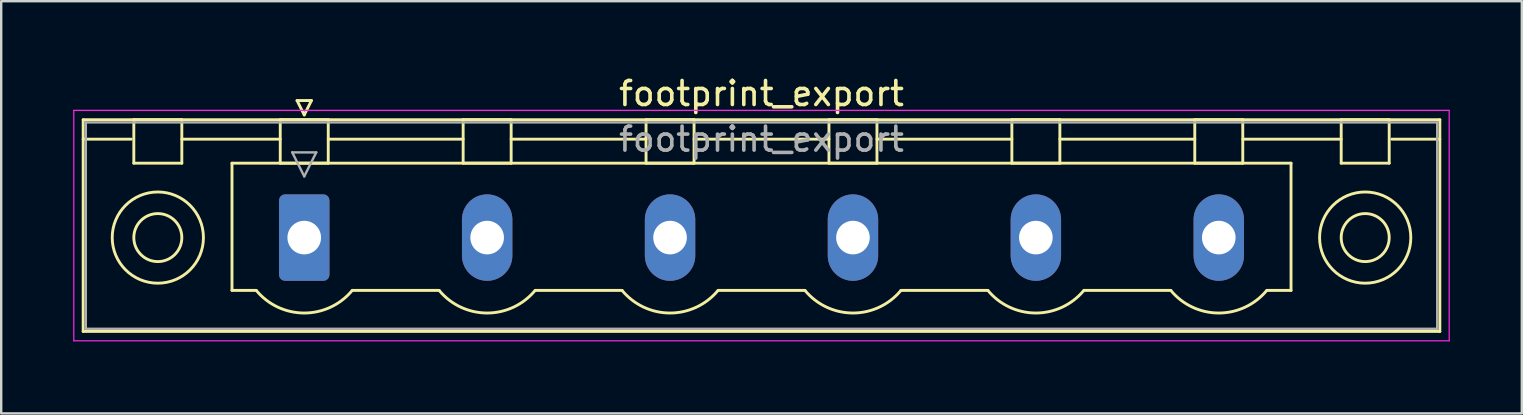
<source format=kicad_pcb>
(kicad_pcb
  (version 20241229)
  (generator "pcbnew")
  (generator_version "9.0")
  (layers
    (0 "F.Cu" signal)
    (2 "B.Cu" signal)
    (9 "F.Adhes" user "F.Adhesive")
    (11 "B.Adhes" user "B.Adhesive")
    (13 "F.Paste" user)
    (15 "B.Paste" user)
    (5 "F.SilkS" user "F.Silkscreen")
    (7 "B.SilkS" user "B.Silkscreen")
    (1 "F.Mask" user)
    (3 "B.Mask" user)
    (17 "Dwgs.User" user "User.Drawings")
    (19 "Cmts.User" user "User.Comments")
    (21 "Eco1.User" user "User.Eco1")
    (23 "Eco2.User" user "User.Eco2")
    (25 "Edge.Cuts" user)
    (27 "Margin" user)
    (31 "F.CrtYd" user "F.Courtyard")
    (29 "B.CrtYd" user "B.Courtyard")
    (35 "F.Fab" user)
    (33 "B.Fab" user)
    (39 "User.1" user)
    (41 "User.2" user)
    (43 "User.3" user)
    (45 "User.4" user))
  (footprint "footprint_export"
    (layer "F.Cu")
    (at 9.625 6.848)
    (property "Reference" "footprint_export" (at 19.05 -6 0) (layer "F.SilkS") (effects (font (size 1 1) (thickness 0.15))))
    (attr through_hole)
    (fp_line (start -9.21 -4.91) (end -9.21 3.91) (stroke (width 0.12) (type solid)) (layer "F.SilkS"))
    (fp_line (start -9.21 -4.1) (end -7.21 -4.1) (stroke (width 0.12) (type solid)) (layer "F.SilkS"))
    (fp_line (start -9.21 3.91) (end 47.31 3.91) (stroke (width 0.12) (type solid)) (layer "F.SilkS"))
    (fp_line (start -7.1 -4.91) (end -5.1 -4.91) (stroke (width 0.12) (type solid)) (layer "F.SilkS"))
    (fp_line (start -7.1 -3.1) (end -7.1 -4.91) (stroke (width 0.12) (type solid)) (layer "F.SilkS"))
    (fp_line (start -5.1 -4.91) (end -5.1 -3.1) (stroke (width 0.12) (type solid)) (layer "F.SilkS"))
    (fp_line (start -5.1 -4.1) (end -1 -4.1) (stroke (width 0.12) (type solid)) (layer "F.SilkS"))
    (fp_line (start -5.1 -3.1) (end -7.1 -3.1) (stroke (width 0.12) (type solid)) (layer "F.SilkS"))
    (fp_line (start -3.01 -3.1) (end 41.11 -3.1) (stroke (width 0.12) (type solid)) (layer "F.SilkS"))
    (fp_line (start -3.01 2.2) (end -3.01 -3.1) (stroke (width 0.12) (type solid)) (layer "F.SilkS"))
    (fp_line (start -2 2.2) (end -3.01 2.2) (stroke (width 0.12) (type solid)) (layer "F.SilkS"))
    (fp_line (start -1 -4.91) (end 1 -4.91) (stroke (width 0.12) (type solid)) (layer "F.SilkS"))
    (fp_line (start -1 -3.1) (end -1 -4.91) (stroke (width 0.12) (type solid)) (layer "F.SilkS"))
    (fp_line (start -0.3 -5.71) (end 0.3 -5.71) (stroke (width 0.12) (type solid)) (layer "F.SilkS"))
    (fp_line (start 0 -5.11) (end -0.3 -5.71) (stroke (width 0.12) (type solid)) (layer "F.SilkS"))
    (fp_line (start 0.3 -5.71) (end 0 -5.11) (stroke (width 0.12) (type solid)) (layer "F.SilkS"))
    (fp_line (start 1 -4.91) (end 1 -3.1) (stroke (width 0.12) (type solid)) (layer "F.SilkS"))
    (fp_line (start 1 -4.1) (end 6.62 -4.1) (stroke (width 0.12) (type solid)) (layer "F.SilkS"))
    (fp_line (start 1 -3.1) (end -1 -3.1) (stroke (width 0.12) (type solid)) (layer "F.SilkS"))
    (fp_line (start 2 2.2) (end 5.62 2.2) (stroke (width 0.12) (type solid)) (layer "F.SilkS"))
    (fp_line (start 6.62 -4.91) (end 8.62 -4.91) (stroke (width 0.12) (type solid)) (layer "F.SilkS"))
    (fp_line (start 6.62 -3.1) (end 6.62 -4.91) (stroke (width 0.12) (type solid)) (layer "F.SilkS"))
    (fp_line (start 8.62 -4.91) (end 8.62 -3.1) (stroke (width 0.12) (type solid)) (layer "F.SilkS"))
    (fp_line (start 8.62 -4.1) (end 14.24 -4.1) (stroke (width 0.12) (type solid)) (layer "F.SilkS"))
    (fp_line (start 8.62 -3.1) (end 6.62 -3.1) (stroke (width 0.12) (type solid)) (layer "F.SilkS"))
    (fp_line (start 9.62 2.2) (end 13.24 2.2) (stroke (width 0.12) (type solid)) (layer "F.SilkS"))
    (fp_line (start 14.24 -4.91) (end 16.24 -4.91) (stroke (width 0.12) (type solid)) (layer "F.SilkS"))
    (fp_line (start 14.24 -3.1) (end 14.24 -4.91) (stroke (width 0.12) (type solid)) (layer "F.SilkS"))
    (fp_line (start 16.24 -4.91) (end 16.24 -3.1) (stroke (width 0.12) (type solid)) (layer "F.SilkS"))
    (fp_line (start 16.24 -4.1) (end 21.86 -4.1) (stroke (width 0.12) (type solid)) (layer "F.SilkS"))
    (fp_line (start 16.24 -3.1) (end 14.24 -3.1) (stroke (width 0.12) (type solid)) (layer "F.SilkS"))
    (fp_line (start 17.24 2.2) (end 20.86 2.2) (stroke (width 0.12) (type solid)) (layer "F.SilkS"))
    (fp_line (start 21.86 -4.91) (end 23.86 -4.91) (stroke (width 0.12) (type solid)) (layer "F.SilkS"))
    (fp_line (start 21.86 -3.1) (end 21.86 -4.91) (stroke (width 0.12) (type solid)) (layer "F.SilkS"))
    (fp_line (start 23.86 -4.91) (end 23.86 -3.1) (stroke (width 0.12) (type solid)) (layer "F.SilkS"))
    (fp_line (start 23.86 -4.1) (end 29.48 -4.1) (stroke (width 0.12) (type solid)) (layer "F.SilkS"))
    (fp_line (start 23.86 -3.1) (end 21.86 -3.1) (stroke (width 0.12) (type solid)) (layer "F.SilkS"))
    (fp_line (start 24.86 2.2) (end 28.48 2.2) (stroke (width 0.12) (type solid)) (layer "F.SilkS"))
    (fp_line (start 29.48 -4.91) (end 31.48 -4.91) (stroke (width 0.12) (type solid)) (layer "F.SilkS"))
    (fp_line (start 29.48 -3.1) (end 29.48 -4.91) (stroke (width 0.12) (type solid)) (layer "F.SilkS"))
    (fp_line (start 31.48 -4.91) (end 31.48 -3.1) (stroke (width 0.12) (type solid)) (layer "F.SilkS"))
    (fp_line (start 31.48 -4.1) (end 37.1 -4.1) (stroke (width 0.12) (type solid)) (layer "F.SilkS"))
    (fp_line (start 31.48 -3.1) (end 29.48 -3.1) (stroke (width 0.12) (type solid)) (layer "F.SilkS"))
    (fp_line (start 32.48 2.2) (end 36.1 2.2) (stroke (width 0.12) (type solid)) (layer "F.SilkS"))
    (fp_line (start 37.1 -4.91) (end 39.1 -4.91) (stroke (width 0.12) (type solid)) (layer "F.SilkS"))
    (fp_line (start 37.1 -3.1) (end 37.1 -4.91) (stroke (width 0.12) (type solid)) (layer "F.SilkS"))
    (fp_line (start 39.1 -4.91) (end 39.1 -3.1) (stroke (width 0.12) (type solid)) (layer "F.SilkS"))
    (fp_line (start 39.1 -4.1) (end 43.2 -4.1) (stroke (width 0.12) (type solid)) (layer "F.SilkS"))
    (fp_line (start 39.1 -3.1) (end 37.1 -3.1) (stroke (width 0.12) (type solid)) (layer "F.SilkS"))
    (fp_line (start 41.11 -3.1) (end 41.11 2.2) (stroke (width 0.12) (type solid)) (layer "F.SilkS"))
    (fp_line (start 41.11 2.2) (end 40.1 2.2) (stroke (width 0.12) (type solid)) (layer "F.SilkS"))
    (fp_line (start 43.2 -4.91) (end 45.2 -4.91) (stroke (width 0.12) (type solid)) (layer "F.SilkS"))
    (fp_line (start 43.2 -3.1) (end 43.2 -4.91) (stroke (width 0.12) (type solid)) (layer "F.SilkS"))
    (fp_line (start 45.2 -4.91) (end 45.2 -3.1) (stroke (width 0.12) (type solid)) (layer "F.SilkS"))
    (fp_line (start 45.2 -3.1) (end 43.2 -3.1) (stroke (width 0.12) (type solid)) (layer "F.SilkS"))
    (fp_line (start 47.31 -4.91) (end -9.21 -4.91) (stroke (width 0.12) (type solid)) (layer "F.SilkS"))
    (fp_line (start 47.31 -4.1) (end 45.31 -4.1) (stroke (width 0.12) (type solid)) (layer "F.SilkS"))
    (fp_line (start 47.31 3.91) (end 47.31 -4.91) (stroke (width 0.12) (type solid)) (layer "F.SilkS"))
    (fp_arc (start 1.986842 2.215821) (mid -0.010289 3.142758) (end -2 2.2) (stroke (width 0.12) (type solid)) (layer "F.SilkS"))
    (fp_arc (start 9.606842 2.215821) (mid 7.609711 3.142758) (end 5.62 2.2) (stroke (width 0.12) (type solid)) (layer "F.SilkS"))
    (fp_arc (start 17.226842 2.215821) (mid 15.229711 3.142758) (end 13.24 2.2) (stroke (width 0.12) (type solid)) (layer "F.SilkS"))
    (fp_arc (start 24.846842 2.215821) (mid 22.849711 3.142758) (end 20.86 2.2) (stroke (width 0.12) (type solid)) (layer "F.SilkS"))
    (fp_arc (start 32.466842 2.215821) (mid 30.469711 3.142758) (end 28.48 2.2) (stroke (width 0.12) (type solid)) (layer "F.SilkS"))
    (fp_arc (start 40.086842 2.215821) (mid 38.089711 3.142758) (end 36.1 2.2) (stroke (width 0.12) (type solid)) (layer "F.SilkS"))
    (fp_circle (center -6.1 0) (end -5.1 0) (stroke (width 0.12) (type solid)) (fill no) (layer "F.SilkS"))
    (fp_circle (center -6.1 0) (end -4.2 0) (stroke (width 0.12) (type solid)) (fill no) (layer "F.SilkS"))
    (fp_circle (center 44.2 0) (end 45.2 0) (stroke (width 0.12) (type solid)) (fill no) (layer "F.SilkS"))
    (fp_circle (center 44.2 0) (end 46.1 0) (stroke (width 0.12) (type solid)) (fill no) (layer "F.SilkS"))
    (fp_line (start -9.6 -5.3) (end -9.6 4.3) (stroke (width 0.05) (type solid)) (layer "F.CrtYd"))
    (fp_line (start -9.6 4.3) (end 47.7 4.3) (stroke (width 0.05) (type solid)) (layer "F.CrtYd"))
    (fp_line (start 47.7 -5.3) (end -9.6 -5.3) (stroke (width 0.05) (type solid)) (layer "F.CrtYd"))
    (fp_line (start 47.7 4.3) (end 47.7 -5.3) (stroke (width 0.05) (type solid)) (layer "F.CrtYd"))
    (fp_line (start -9.1 -4.8) (end -9.1 3.8) (stroke (width 0.1) (type solid)) (layer "F.Fab"))
    (fp_line (start -9.1 3.8) (end 47.2 3.8) (stroke (width 0.1) (type solid)) (layer "F.Fab"))
    (fp_line (start -0.5 -3.55) (end 0.5 -3.55) (stroke (width 0.1) (type solid)) (layer "F.Fab"))
    (fp_line (start 0 -2.55) (end -0.5 -3.55) (stroke (width 0.1) (type solid)) (layer "F.Fab"))
    (fp_line (start 0.5 -3.55) (end 0 -2.55) (stroke (width 0.1) (type solid)) (layer "F.Fab"))
    (fp_line (start 47.2 -4.8) (end -9.1 -4.8) (stroke (width 0.1) (type solid)) (layer "F.Fab"))
    (fp_line (start 47.2 3.8) (end 47.2 -4.8) (stroke (width 0.1) (type solid)) (layer "F.Fab"))
    (fp_text user "${REFERENCE}" (at 19.05 -4.1 0) (layer "F.Fab") (effects (font (size 1 1) (thickness 0.15))))
    (pad "1" thru_hole roundrect (at 0 0) (size 2.1 3.6) (drill 1.4) (layers "*.Cu" "*.Mask") (roundrect_rratio 0.119))
    (pad "2" thru_hole oval (at 7.62 0) (size 2.1 3.6) (drill 1.4) (layers "*.Cu" "*.Mask"))
    (pad "3" thru_hole oval (at 15.24 0) (size 2.1 3.6) (drill 1.4) (layers "*.Cu" "*.Mask"))
    (pad "4" thru_hole oval (at 22.86 0) (size 2.1 3.6) (drill 1.4) (layers "*.Cu" "*.Mask"))
    (pad "5" thru_hole oval (at 30.48 0) (size 2.1 3.6) (drill 1.4) (layers "*.Cu" "*.Mask"))
    (pad "6" thru_hole oval (at 38.1 0) (size 2.1 3.6) (drill 1.4) (layers "*.Cu" "*.Mask")))
  (gr_rect
    (start -3 -3)
    (end 60.35 14.173)
    (stroke (width 0.1) (type default))
    (fill no)
    (layer "Edge.Cuts")))
</source>
